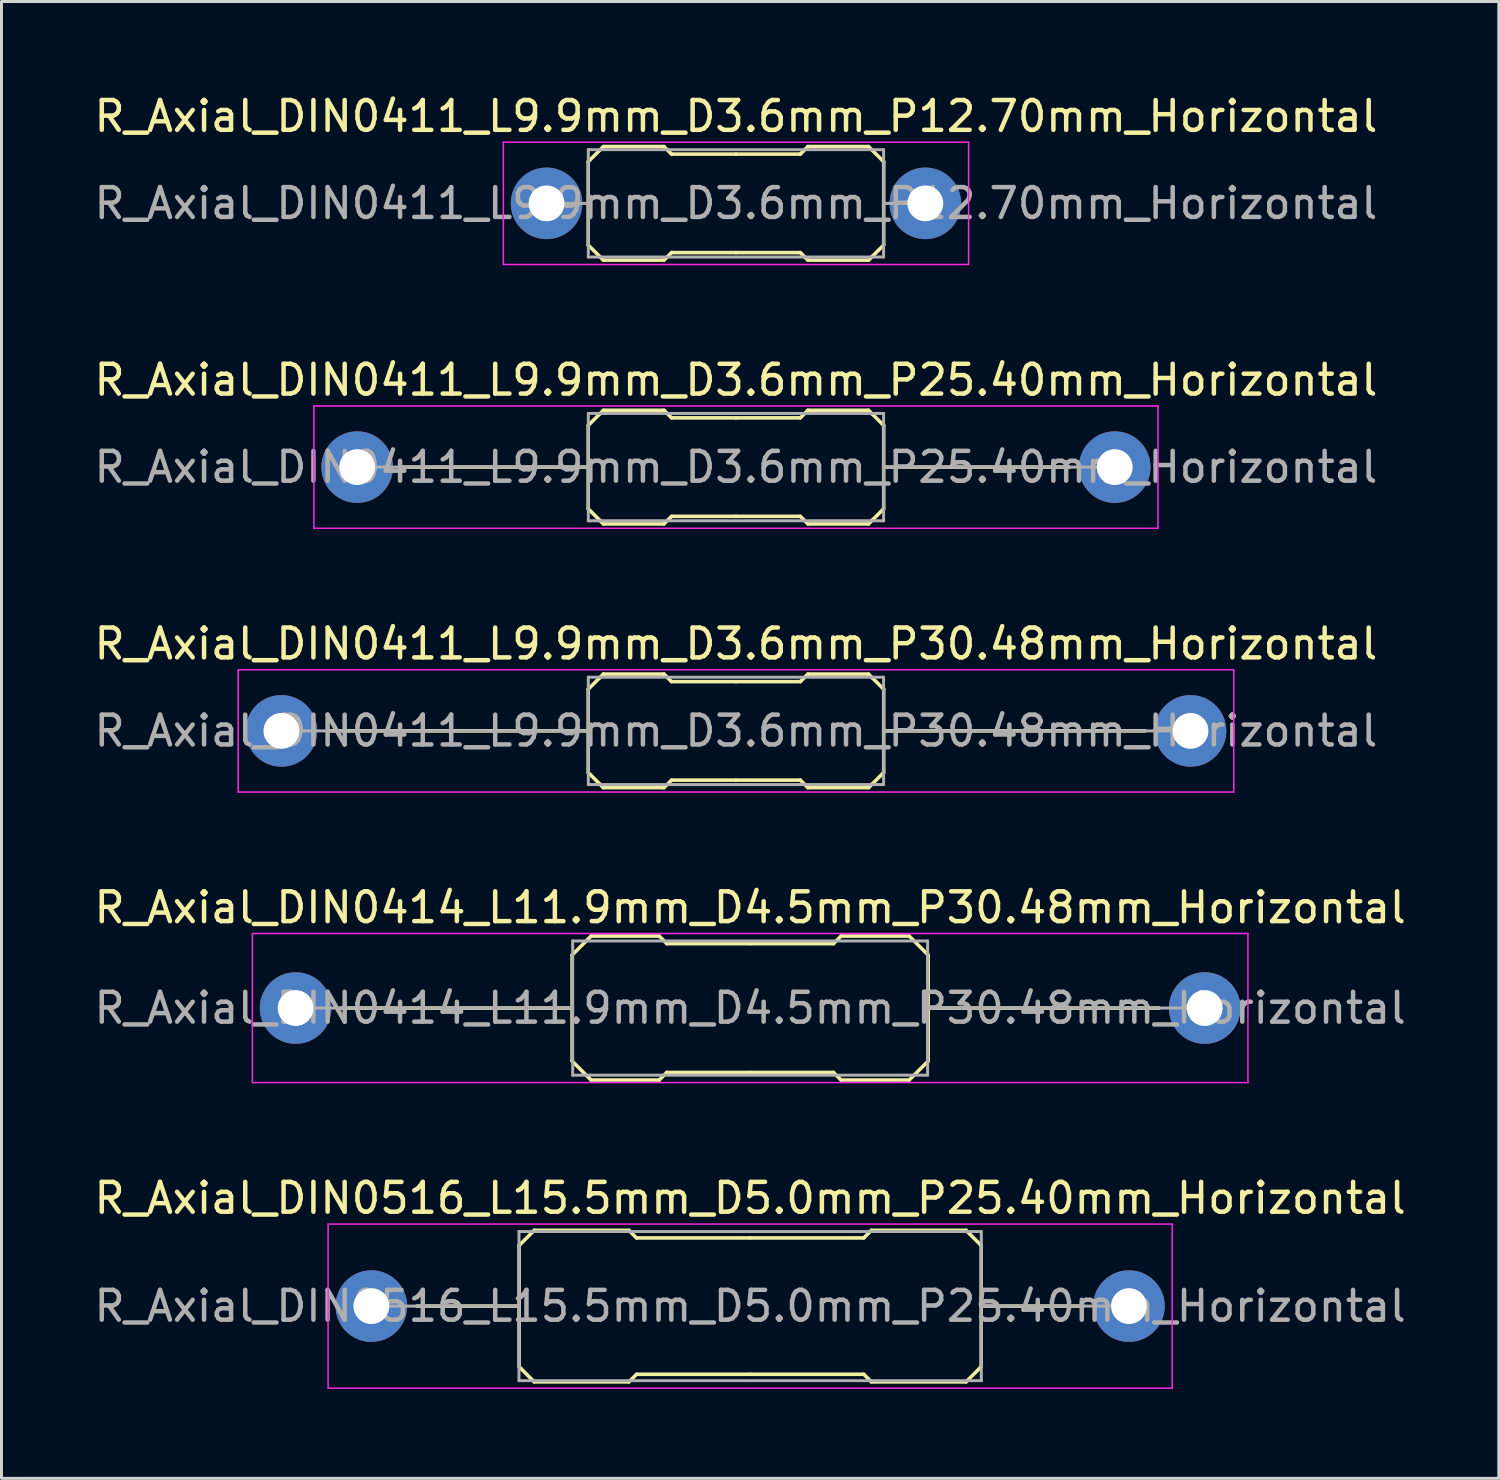
<source format=kicad_pcb>
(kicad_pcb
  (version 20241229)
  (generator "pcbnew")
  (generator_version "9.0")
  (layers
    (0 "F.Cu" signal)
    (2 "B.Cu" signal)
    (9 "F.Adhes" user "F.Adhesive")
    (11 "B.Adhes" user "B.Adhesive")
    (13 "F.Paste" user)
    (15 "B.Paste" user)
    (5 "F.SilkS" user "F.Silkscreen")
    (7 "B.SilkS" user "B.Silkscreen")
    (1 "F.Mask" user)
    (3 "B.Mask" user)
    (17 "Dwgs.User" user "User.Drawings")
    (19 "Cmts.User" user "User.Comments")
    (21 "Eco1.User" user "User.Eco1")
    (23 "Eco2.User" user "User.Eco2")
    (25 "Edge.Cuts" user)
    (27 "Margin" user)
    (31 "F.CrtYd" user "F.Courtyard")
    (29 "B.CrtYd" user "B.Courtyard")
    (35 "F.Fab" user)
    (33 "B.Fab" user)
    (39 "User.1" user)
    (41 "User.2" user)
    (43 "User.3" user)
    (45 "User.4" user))
  (footprint "R_Axial_DIN0516_L15.5mm_D5.0mm_P25.40mm_Horizontal"
    (layer "F.Cu")
    (at 9.401 40.741)
    (property "Reference" "R_Axial_DIN0516_L15.5mm_D5.0mm_P25.40mm_Horizontal" (at 12.7 -3.62 0) (layer "F.SilkS") (effects (font (size 1 1) (thickness 0.15))))
    (attr through_hole)
    (fp_line (start 4.953 -2.032) (end 5.461 -2.54) (stroke (width 0.12) (type solid)) (layer "F.SilkS"))
    (fp_line (start 4.953 0) (end 1.524 0) (stroke (width 0.12) (type solid)) (layer "F.SilkS"))
    (fp_line (start 4.953 2.032) (end 4.953 -2.032) (stroke (width 0.12) (type solid)) (layer "F.SilkS"))
    (fp_line (start 4.953 2.032) (end 5.461 2.54) (stroke (width 0.12) (type solid)) (layer "F.SilkS"))
    (fp_line (start 5.461 -2.54) (end 8.636 -2.54) (stroke (width 0.12) (type solid)) (layer "F.SilkS"))
    (fp_line (start 5.461 2.54) (end 8.636 2.54) (stroke (width 0.12) (type solid)) (layer "F.SilkS"))
    (fp_line (start 8.636 -2.54) (end 8.89 -2.286) (stroke (width 0.12) (type solid)) (layer "F.SilkS"))
    (fp_line (start 8.636 2.54) (end 8.89 2.286) (stroke (width 0.12) (type solid)) (layer "F.SilkS"))
    (fp_line (start 8.89 -2.286) (end 12.7 -2.286) (stroke (width 0.12) (type solid)) (layer "F.SilkS"))
    (fp_line (start 8.89 2.286) (end 12.7 2.286) (stroke (width 0.12) (type solid)) (layer "F.SilkS"))
    (fp_line (start 16.51 -2.286) (end 12.7 -2.286) (stroke (width 0.12) (type solid)) (layer "F.SilkS"))
    (fp_line (start 16.51 2.286) (end 12.7 2.286) (stroke (width 0.12) (type solid)) (layer "F.SilkS"))
    (fp_line (start 16.764 -2.54) (end 16.51 -2.286) (stroke (width 0.12) (type solid)) (layer "F.SilkS"))
    (fp_line (start 16.764 2.54) (end 16.51 2.286) (stroke (width 0.12) (type solid)) (layer "F.SilkS"))
    (fp_line (start 19.939 -2.54) (end 16.764 -2.54) (stroke (width 0.12) (type solid)) (layer "F.SilkS"))
    (fp_line (start 19.939 2.54) (end 16.764 2.54) (stroke (width 0.12) (type solid)) (layer "F.SilkS"))
    (fp_line (start 20.447 -2.032) (end 19.939 -2.54) (stroke (width 0.12) (type solid)) (layer "F.SilkS"))
    (fp_line (start 20.447 2.032) (end 19.939 2.54) (stroke (width 0.12) (type solid)) (layer "F.SilkS"))
    (fp_line (start 20.447 2.032) (end 20.447 -2.032) (stroke (width 0.12) (type solid)) (layer "F.SilkS"))
    (fp_line (start 23.876 0) (end 20.447 0) (stroke (width 0.12) (type solid)) (layer "F.SilkS"))
    (fp_line (start -1.45 -2.75) (end -1.45 2.75) (stroke (width 0.05) (type solid)) (layer "F.CrtYd"))
    (fp_line (start -1.45 2.75) (end 26.85 2.75) (stroke (width 0.05) (type solid)) (layer "F.CrtYd"))
    (fp_line (start 26.85 -2.75) (end -1.45 -2.75) (stroke (width 0.05) (type solid)) (layer "F.CrtYd"))
    (fp_line (start 26.85 2.75) (end 26.85 -2.75) (stroke (width 0.05) (type solid)) (layer "F.CrtYd"))
    (fp_line (start 0 0) (end 4.95 0) (stroke (width 0.1) (type solid)) (layer "F.Fab"))
    (fp_line (start 4.95 -2.5) (end 4.95 2.5) (stroke (width 0.1) (type solid)) (layer "F.Fab"))
    (fp_line (start 4.95 2.5) (end 20.45 2.5) (stroke (width 0.1) (type solid)) (layer "F.Fab"))
    (fp_line (start 20.45 -2.5) (end 4.95 -2.5) (stroke (width 0.1) (type solid)) (layer "F.Fab"))
    (fp_line (start 20.45 2.5) (end 20.45 -2.5) (stroke (width 0.1) (type solid)) (layer "F.Fab"))
    (fp_line (start 25.4 0) (end 20.45 0) (stroke (width 0.1) (type solid)) (layer "F.Fab"))
    (fp_text user "${REFERENCE}" (at 12.7 0 0) (layer "F.Fab") (effects (font (size 1 1) (thickness 0.15))))
    (pad "1" thru_hole circle (at 0 0) (size 2.4 2.4) (drill 1.2) (layers "*.Cu" "*.Mask"))
    (pad "2" thru_hole oval (at 25.4 0) (size 2.4 2.4) (drill 1.2) (layers "*.Cu" "*.Mask")))
  (footprint "R_Axial_DIN0411_L9.9mm_D3.6mm_P12.70mm_Horizontal"
    (layer "F.Cu")
    (at 15.275 3.768)
    (property "Reference" "R_Axial_DIN0411_L9.9mm_D3.6mm_P12.70mm_Horizontal" (at 6.35 -2.92 0) (layer "F.SilkS") (effects (font (size 1 1) (thickness 0.15))))
    (attr through_hole)
    (fp_line (start 1.397 -1.397) (end 1.778 -1.778) (stroke (width 0.12) (type solid)) (layer "F.SilkS"))
    (fp_line (start 1.397 1.397) (end 1.397 -1.397) (stroke (width 0.12) (type solid)) (layer "F.SilkS"))
    (fp_line (start 1.397 1.397) (end 1.778 1.778) (stroke (width 0.12) (type solid)) (layer "F.SilkS"))
    (fp_line (start 1.778 -1.778) (end 1.905 -1.905) (stroke (width 0.12) (type solid)) (layer "F.SilkS"))
    (fp_line (start 1.778 1.778) (end 1.905 1.905) (stroke (width 0.12) (type solid)) (layer "F.SilkS"))
    (fp_line (start 1.905 -1.905) (end 3.937 -1.905) (stroke (width 0.12) (type solid)) (layer "F.SilkS"))
    (fp_line (start 1.905 1.905) (end 3.937 1.905) (stroke (width 0.12) (type solid)) (layer "F.SilkS"))
    (fp_line (start 3.937 -1.905) (end 4.191 -1.651) (stroke (width 0.12) (type solid)) (layer "F.SilkS"))
    (fp_line (start 3.937 1.905) (end 4.191 1.651) (stroke (width 0.12) (type solid)) (layer "F.SilkS"))
    (fp_line (start 4.191 -1.651) (end 6.35 -1.651) (stroke (width 0.12) (type solid)) (layer "F.SilkS"))
    (fp_line (start 4.191 1.651) (end 6.35 1.651) (stroke (width 0.12) (type solid)) (layer "F.SilkS"))
    (fp_line (start 8.509 -1.651) (end 6.35 -1.651) (stroke (width 0.12) (type solid)) (layer "F.SilkS"))
    (fp_line (start 8.509 1.651) (end 6.35 1.651) (stroke (width 0.12) (type solid)) (layer "F.SilkS"))
    (fp_line (start 8.763 -1.905) (end 8.509 -1.651) (stroke (width 0.12) (type solid)) (layer "F.SilkS"))
    (fp_line (start 8.763 1.905) (end 8.509 1.651) (stroke (width 0.12) (type solid)) (layer "F.SilkS"))
    (fp_line (start 10.795 -1.905) (end 8.763 -1.905) (stroke (width 0.12) (type solid)) (layer "F.SilkS"))
    (fp_line (start 10.795 1.905) (end 8.763 1.905) (stroke (width 0.12) (type solid)) (layer "F.SilkS"))
    (fp_line (start 10.922 -1.778) (end 10.795 -1.905) (stroke (width 0.12) (type solid)) (layer "F.SilkS"))
    (fp_line (start 10.922 1.778) (end 10.795 1.905) (stroke (width 0.12) (type solid)) (layer "F.SilkS"))
    (fp_line (start 11.303 -1.397) (end 10.922 -1.778) (stroke (width 0.12) (type solid)) (layer "F.SilkS"))
    (fp_line (start 11.303 1.397) (end 10.922 1.778) (stroke (width 0.12) (type solid)) (layer "F.SilkS"))
    (fp_line (start 11.303 1.397) (end 11.303 -1.397) (stroke (width 0.12) (type solid)) (layer "F.SilkS"))
    (fp_line (start -1.45 -2.05) (end -1.45 2.05) (stroke (width 0.05) (type solid)) (layer "F.CrtYd"))
    (fp_line (start -1.45 2.05) (end 14.15 2.05) (stroke (width 0.05) (type solid)) (layer "F.CrtYd"))
    (fp_line (start 14.15 -2.05) (end -1.45 -2.05) (stroke (width 0.05) (type solid)) (layer "F.CrtYd"))
    (fp_line (start 14.15 2.05) (end 14.15 -2.05) (stroke (width 0.05) (type solid)) (layer "F.CrtYd"))
    (fp_line (start 0 0) (end 1.4 0) (stroke (width 0.1) (type solid)) (layer "F.Fab"))
    (fp_line (start 1.4 -1.8) (end 1.4 1.8) (stroke (width 0.1) (type solid)) (layer "F.Fab"))
    (fp_line (start 1.4 1.8) (end 11.3 1.8) (stroke (width 0.1) (type solid)) (layer "F.Fab"))
    (fp_line (start 11.3 -1.8) (end 1.4 -1.8) (stroke (width 0.1) (type solid)) (layer "F.Fab"))
    (fp_line (start 11.3 1.8) (end 11.3 -1.8) (stroke (width 0.1) (type solid)) (layer "F.Fab"))
    (fp_line (start 12.7 0) (end 11.3 0) (stroke (width 0.1) (type solid)) (layer "F.Fab"))
    (fp_text user "${REFERENCE}" (at 6.35 0 0) (layer "F.Fab") (effects (font (size 1 1) (thickness 0.15))))
    (pad "1" thru_hole circle (at 0 0) (size 2.4 2.4) (drill 1.2) (layers "*.Cu" "*.Mask"))
    (pad "2" thru_hole oval (at 12.7 0) (size 2.4 2.4) (drill 1.2) (layers "*.Cu" "*.Mask")))
  (footprint "R_Axial_DIN0411_L9.9mm_D3.6mm_P30.48mm_Horizontal"
    (layer "F.Cu")
    (at 6.385 21.455)
    (property "Reference" "R_Axial_DIN0411_L9.9mm_D3.6mm_P30.48mm_Horizontal" (at 15.24 -2.92 0) (layer "F.SilkS") (effects (font (size 1 1) (thickness 0.15))))
    (attr through_hole)
    (fp_line (start 10.287 -1.397) (end 10.668 -1.778) (stroke (width 0.12) (type solid)) (layer "F.SilkS"))
    (fp_line (start 10.287 0) (end 1.524 0) (stroke (width 0.12) (type solid)) (layer "F.SilkS"))
    (fp_line (start 10.287 1.397) (end 10.287 -1.397) (stroke (width 0.12) (type solid)) (layer "F.SilkS"))
    (fp_line (start 10.287 1.397) (end 10.668 1.778) (stroke (width 0.12) (type solid)) (layer "F.SilkS"))
    (fp_line (start 10.668 -1.778) (end 10.795 -1.905) (stroke (width 0.12) (type solid)) (layer "F.SilkS"))
    (fp_line (start 10.668 1.778) (end 10.795 1.905) (stroke (width 0.12) (type solid)) (layer "F.SilkS"))
    (fp_line (start 10.795 -1.905) (end 12.827 -1.905) (stroke (width 0.12) (type solid)) (layer "F.SilkS"))
    (fp_line (start 10.795 1.905) (end 12.827 1.905) (stroke (width 0.12) (type solid)) (layer "F.SilkS"))
    (fp_line (start 12.827 -1.905) (end 13.081 -1.651) (stroke (width 0.12) (type solid)) (layer "F.SilkS"))
    (fp_line (start 12.827 1.905) (end 13.081 1.651) (stroke (width 0.12) (type solid)) (layer "F.SilkS"))
    (fp_line (start 13.081 -1.651) (end 15.24 -1.651) (stroke (width 0.12) (type solid)) (layer "F.SilkS"))
    (fp_line (start 13.081 1.651) (end 15.24 1.651) (stroke (width 0.12) (type solid)) (layer "F.SilkS"))
    (fp_line (start 17.399 -1.651) (end 15.24 -1.651) (stroke (width 0.12) (type solid)) (layer "F.SilkS"))
    (fp_line (start 17.399 1.651) (end 15.24 1.651) (stroke (width 0.12) (type solid)) (layer "F.SilkS"))
    (fp_line (start 17.653 -1.905) (end 17.399 -1.651) (stroke (width 0.12) (type solid)) (layer "F.SilkS"))
    (fp_line (start 17.653 1.905) (end 17.399 1.651) (stroke (width 0.12) (type solid)) (layer "F.SilkS"))
    (fp_line (start 19.685 -1.905) (end 17.653 -1.905) (stroke (width 0.12) (type solid)) (layer "F.SilkS"))
    (fp_line (start 19.685 1.905) (end 17.653 1.905) (stroke (width 0.12) (type solid)) (layer "F.SilkS"))
    (fp_line (start 19.812 -1.778) (end 19.685 -1.905) (stroke (width 0.12) (type solid)) (layer "F.SilkS"))
    (fp_line (start 19.812 1.778) (end 19.685 1.905) (stroke (width 0.12) (type solid)) (layer "F.SilkS"))
    (fp_line (start 20.193 -1.397) (end 19.812 -1.778) (stroke (width 0.12) (type solid)) (layer "F.SilkS"))
    (fp_line (start 20.193 0) (end 28.956 0) (stroke (width 0.12) (type solid)) (layer "F.SilkS"))
    (fp_line (start 20.193 1.397) (end 19.812 1.778) (stroke (width 0.12) (type solid)) (layer "F.SilkS"))
    (fp_line (start 20.193 1.397) (end 20.193 -1.397) (stroke (width 0.12) (type solid)) (layer "F.SilkS"))
    (fp_line (start -1.45 -2.05) (end -1.45 2.05) (stroke (width 0.05) (type solid)) (layer "F.CrtYd"))
    (fp_line (start -1.45 2.05) (end 31.93 2.05) (stroke (width 0.05) (type solid)) (layer "F.CrtYd"))
    (fp_line (start 31.93 -2.05) (end -1.45 -2.05) (stroke (width 0.05) (type solid)) (layer "F.CrtYd"))
    (fp_line (start 31.93 2.05) (end 31.93 -2.05) (stroke (width 0.05) (type solid)) (layer "F.CrtYd"))
    (fp_line (start 0 0) (end 10.29 0) (stroke (width 0.1) (type solid)) (layer "F.Fab"))
    (fp_line (start 10.29 -1.8) (end 10.29 1.8) (stroke (width 0.1) (type solid)) (layer "F.Fab"))
    (fp_line (start 10.29 1.8) (end 20.19 1.8) (stroke (width 0.1) (type solid)) (layer "F.Fab"))
    (fp_line (start 20.19 -1.8) (end 10.29 -1.8) (stroke (width 0.1) (type solid)) (layer "F.Fab"))
    (fp_line (start 20.19 1.8) (end 20.19 -1.8) (stroke (width 0.1) (type solid)) (layer "F.Fab"))
    (fp_line (start 30.48 0) (end 20.19 0) (stroke (width 0.1) (type solid)) (layer "F.Fab"))
    (fp_text user "${REFERENCE}" (at 15.24 0 0) (layer "F.Fab") (effects (font (size 1 1) (thickness 0.15))))
    (pad "1" thru_hole circle (at 0 0) (size 2.4 2.4) (drill 1.2) (layers "*.Cu" "*.Mask"))
    (pad "2" thru_hole oval (at 30.48 0) (size 2.4 2.4) (drill 1.2) (layers "*.Cu" "*.Mask")))
  (footprint "R_Axial_DIN0414_L11.9mm_D4.5mm_P30.48mm_Horizontal"
    (layer "F.Cu")
    (at 6.861 30.748)
    (property "Reference" "R_Axial_DIN0414_L11.9mm_D4.5mm_P30.48mm_Horizontal" (at 15.24 -3.37 0) (layer "F.SilkS") (effects (font (size 1 1) (thickness 0.15))))
    (attr through_hole)
    (fp_line (start 9.271 -1.778) (end 9.906 -2.413) (stroke (width 0.12) (type solid)) (layer "F.SilkS"))
    (fp_line (start 9.271 0) (end 1.524 0) (stroke (width 0.12) (type solid)) (layer "F.SilkS"))
    (fp_line (start 9.271 1.778) (end 9.271 -1.778) (stroke (width 0.12) (type solid)) (layer "F.SilkS"))
    (fp_line (start 9.271 1.778) (end 9.906 2.413) (stroke (width 0.12) (type solid)) (layer "F.SilkS"))
    (fp_line (start 9.906 -2.413) (end 12.192 -2.413) (stroke (width 0.12) (type solid)) (layer "F.SilkS"))
    (fp_line (start 9.906 2.413) (end 12.192 2.413) (stroke (width 0.12) (type solid)) (layer "F.SilkS"))
    (fp_line (start 12.192 -2.413) (end 12.446 -2.159) (stroke (width 0.12) (type solid)) (layer "F.SilkS"))
    (fp_line (start 12.192 2.413) (end 12.446 2.159) (stroke (width 0.12) (type solid)) (layer "F.SilkS"))
    (fp_line (start 12.446 -2.159) (end 15.24 -2.159) (stroke (width 0.12) (type solid)) (layer "F.SilkS"))
    (fp_line (start 12.446 2.159) (end 15.24 2.159) (stroke (width 0.12) (type solid)) (layer "F.SilkS"))
    (fp_line (start 18.034 -2.159) (end 15.24 -2.159) (stroke (width 0.12) (type solid)) (layer "F.SilkS"))
    (fp_line (start 18.034 2.159) (end 15.24 2.159) (stroke (width 0.12) (type solid)) (layer "F.SilkS"))
    (fp_line (start 18.288 -2.413) (end 18.034 -2.159) (stroke (width 0.12) (type solid)) (layer "F.SilkS"))
    (fp_line (start 18.288 2.413) (end 18.034 2.159) (stroke (width 0.12) (type solid)) (layer "F.SilkS"))
    (fp_line (start 20.574 -2.413) (end 18.288 -2.413) (stroke (width 0.12) (type solid)) (layer "F.SilkS"))
    (fp_line (start 20.574 2.413) (end 18.288 2.413) (stroke (width 0.12) (type solid)) (layer "F.SilkS"))
    (fp_line (start 21.209 -1.778) (end 20.574 -2.413) (stroke (width 0.12) (type solid)) (layer "F.SilkS"))
    (fp_line (start 21.209 0) (end 28.956 0) (stroke (width 0.12) (type solid)) (layer "F.SilkS"))
    (fp_line (start 21.209 1.778) (end 20.574 2.413) (stroke (width 0.12) (type solid)) (layer "F.SilkS"))
    (fp_line (start 21.209 1.778) (end 21.209 -1.778) (stroke (width 0.12) (type solid)) (layer "F.SilkS"))
    (fp_line (start -1.45 -2.5) (end -1.45 2.5) (stroke (width 0.05) (type solid)) (layer "F.CrtYd"))
    (fp_line (start -1.45 2.5) (end 31.93 2.5) (stroke (width 0.05) (type solid)) (layer "F.CrtYd"))
    (fp_line (start 31.93 -2.5) (end -1.45 -2.5) (stroke (width 0.05) (type solid)) (layer "F.CrtYd"))
    (fp_line (start 31.93 2.5) (end 31.93 -2.5) (stroke (width 0.05) (type solid)) (layer "F.CrtYd"))
    (fp_line (start 0 0) (end 9.29 0) (stroke (width 0.1) (type solid)) (layer "F.Fab"))
    (fp_line (start 9.29 -2.25) (end 9.29 2.25) (stroke (width 0.1) (type solid)) (layer "F.Fab"))
    (fp_line (start 9.29 2.25) (end 21.19 2.25) (stroke (width 0.1) (type solid)) (layer "F.Fab"))
    (fp_line (start 21.19 -2.25) (end 9.29 -2.25) (stroke (width 0.1) (type solid)) (layer "F.Fab"))
    (fp_line (start 21.19 2.25) (end 21.19 -2.25) (stroke (width 0.1) (type solid)) (layer "F.Fab"))
    (fp_line (start 30.48 0) (end 21.19 0) (stroke (width 0.1) (type solid)) (layer "F.Fab"))
    (fp_text user "${REFERENCE}" (at 15.24 0 0) (layer "F.Fab") (effects (font (size 1 1) (thickness 0.15))))
    (pad "1" thru_hole circle (at 0 0) (size 2.4 2.4) (drill 1.2) (layers "*.Cu" "*.Mask"))
    (pad "2" thru_hole oval (at 30.48 0) (size 2.4 2.4) (drill 1.2) (layers "*.Cu" "*.Mask")))
  (footprint "R_Axial_DIN0411_L9.9mm_D3.6mm_P25.40mm_Horizontal"
    (layer "F.Cu")
    (at 8.925 12.611)
    (property "Reference" "R_Axial_DIN0411_L9.9mm_D3.6mm_P25.40mm_Horizontal" (at 12.7 -2.92 0) (layer "F.SilkS") (effects (font (size 1 1) (thickness 0.15))))
    (attr through_hole)
    (fp_line (start 7.747 -1.397) (end 8.128 -1.778) (stroke (width 0.12) (type solid)) (layer "F.SilkS"))
    (fp_line (start 7.747 0) (end 1.524 0) (stroke (width 0.12) (type solid)) (layer "F.SilkS"))
    (fp_line (start 7.747 1.397) (end 7.747 -1.397) (stroke (width 0.12) (type solid)) (layer "F.SilkS"))
    (fp_line (start 7.747 1.397) (end 8.128 1.778) (stroke (width 0.12) (type solid)) (layer "F.SilkS"))
    (fp_line (start 8.128 -1.778) (end 8.255 -1.905) (stroke (width 0.12) (type solid)) (layer "F.SilkS"))
    (fp_line (start 8.128 1.778) (end 8.255 1.905) (stroke (width 0.12) (type solid)) (layer "F.SilkS"))
    (fp_line (start 8.255 -1.905) (end 10.287 -1.905) (stroke (width 0.12) (type solid)) (layer "F.SilkS"))
    (fp_line (start 8.255 1.905) (end 10.287 1.905) (stroke (width 0.12) (type solid)) (layer "F.SilkS"))
    (fp_line (start 10.287 -1.905) (end 10.541 -1.651) (stroke (width 0.12) (type solid)) (layer "F.SilkS"))
    (fp_line (start 10.287 1.905) (end 10.541 1.651) (stroke (width 0.12) (type solid)) (layer "F.SilkS"))
    (fp_line (start 10.541 -1.651) (end 12.7 -1.651) (stroke (width 0.12) (type solid)) (layer "F.SilkS"))
    (fp_line (start 10.541 1.651) (end 12.7 1.651) (stroke (width 0.12) (type solid)) (layer "F.SilkS"))
    (fp_line (start 14.859 -1.651) (end 12.7 -1.651) (stroke (width 0.12) (type solid)) (layer "F.SilkS"))
    (fp_line (start 14.859 1.651) (end 12.7 1.651) (stroke (width 0.12) (type solid)) (layer "F.SilkS"))
    (fp_line (start 15.113 -1.905) (end 14.859 -1.651) (stroke (width 0.12) (type solid)) (layer "F.SilkS"))
    (fp_line (start 15.113 1.905) (end 14.859 1.651) (stroke (width 0.12) (type solid)) (layer "F.SilkS"))
    (fp_line (start 17.145 -1.905) (end 15.113 -1.905) (stroke (width 0.12) (type solid)) (layer "F.SilkS"))
    (fp_line (start 17.145 1.905) (end 15.113 1.905) (stroke (width 0.12) (type solid)) (layer "F.SilkS"))
    (fp_line (start 17.272 -1.778) (end 17.145 -1.905) (stroke (width 0.12) (type solid)) (layer "F.SilkS"))
    (fp_line (start 17.272 1.778) (end 17.145 1.905) (stroke (width 0.12) (type solid)) (layer "F.SilkS"))
    (fp_line (start 17.653 -1.397) (end 17.272 -1.778) (stroke (width 0.12) (type solid)) (layer "F.SilkS"))
    (fp_line (start 17.653 0) (end 23.876 0) (stroke (width 0.12) (type solid)) (layer "F.SilkS"))
    (fp_line (start 17.653 1.397) (end 17.272 1.778) (stroke (width 0.12) (type solid)) (layer "F.SilkS"))
    (fp_line (start 17.653 1.397) (end 17.653 -1.397) (stroke (width 0.12) (type solid)) (layer "F.SilkS"))
    (fp_line (start -1.45 -2.05) (end -1.45 2.05) (stroke (width 0.05) (type solid)) (layer "F.CrtYd"))
    (fp_line (start -1.45 2.05) (end 26.85 2.05) (stroke (width 0.05) (type solid)) (layer "F.CrtYd"))
    (fp_line (start 26.85 -2.05) (end -1.45 -2.05) (stroke (width 0.05) (type solid)) (layer "F.CrtYd"))
    (fp_line (start 26.85 2.05) (end 26.85 -2.05) (stroke (width 0.05) (type solid)) (layer "F.CrtYd"))
    (fp_line (start 0 0) (end 7.75 0) (stroke (width 0.1) (type solid)) (layer "F.Fab"))
    (fp_line (start 7.75 -1.8) (end 7.75 1.8) (stroke (width 0.1) (type solid)) (layer "F.Fab"))
    (fp_line (start 7.75 1.8) (end 17.65 1.8) (stroke (width 0.1) (type solid)) (layer "F.Fab"))
    (fp_line (start 17.65 -1.8) (end 7.75 -1.8) (stroke (width 0.1) (type solid)) (layer "F.Fab"))
    (fp_line (start 17.65 1.8) (end 17.65 -1.8) (stroke (width 0.1) (type solid)) (layer "F.Fab"))
    (fp_line (start 25.4 0) (end 17.65 0) (stroke (width 0.1) (type solid)) (layer "F.Fab"))
    (fp_text user "${REFERENCE}" (at 12.7 0 0) (layer "F.Fab") (effects (font (size 1 1) (thickness 0.15))))
    (pad "1" thru_hole circle (at 0 0) (size 2.4 2.4) (drill 1.2) (layers "*.Cu" "*.Mask"))
    (pad "2" thru_hole oval (at 25.4 0) (size 2.4 2.4) (drill 1.2) (layers "*.Cu" "*.Mask")))
  (gr_rect
    (start -3 -3)
    (end 47.202 46.516)
    (stroke (width 0.1) (type default))
    (fill no)
    (layer "Edge.Cuts")))
</source>
